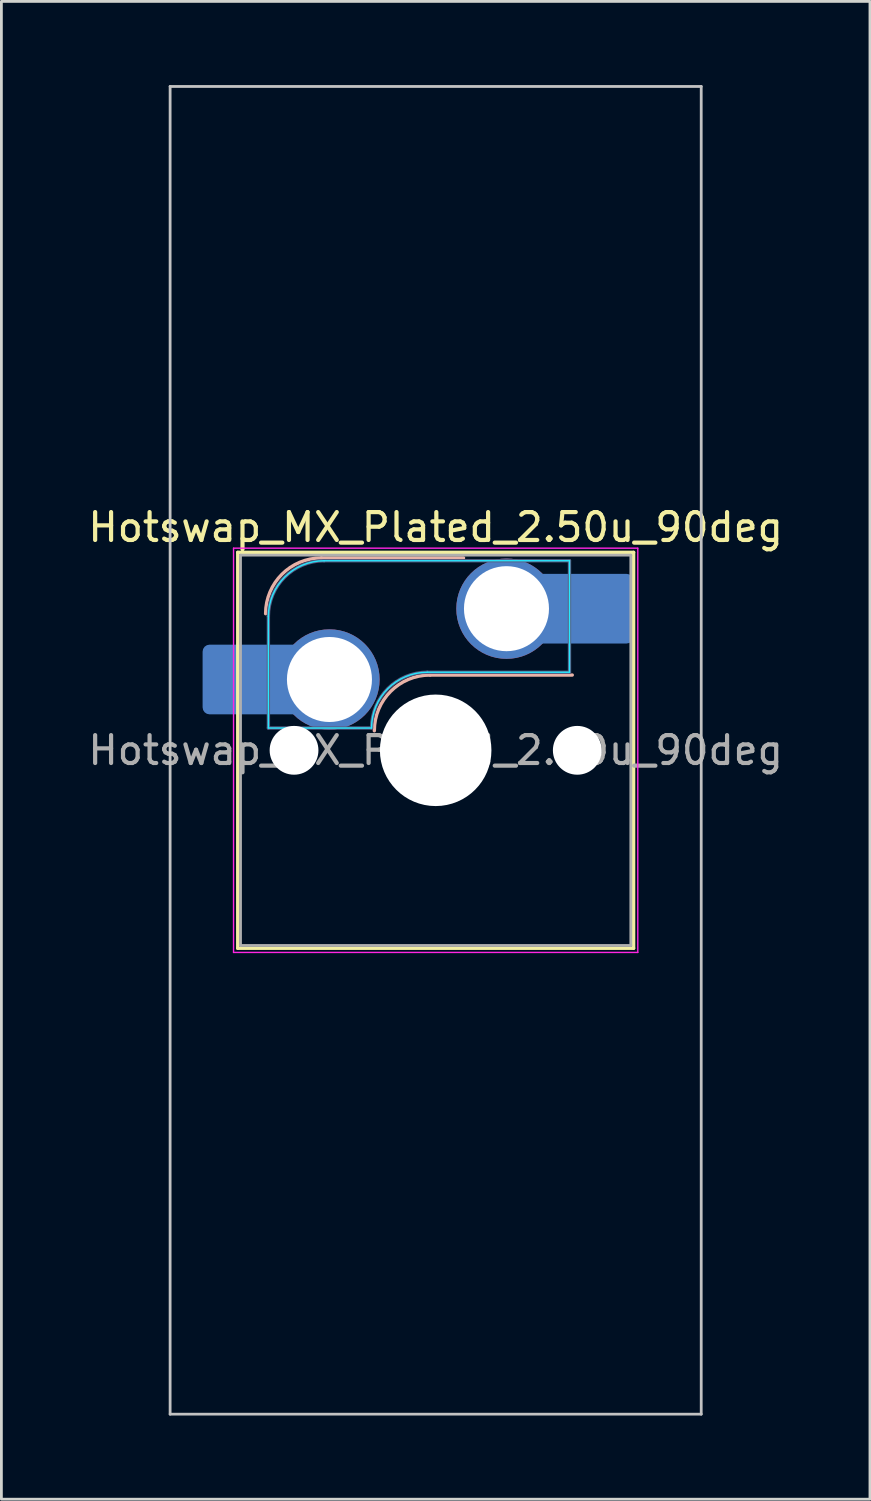
<source format=kicad_pcb>
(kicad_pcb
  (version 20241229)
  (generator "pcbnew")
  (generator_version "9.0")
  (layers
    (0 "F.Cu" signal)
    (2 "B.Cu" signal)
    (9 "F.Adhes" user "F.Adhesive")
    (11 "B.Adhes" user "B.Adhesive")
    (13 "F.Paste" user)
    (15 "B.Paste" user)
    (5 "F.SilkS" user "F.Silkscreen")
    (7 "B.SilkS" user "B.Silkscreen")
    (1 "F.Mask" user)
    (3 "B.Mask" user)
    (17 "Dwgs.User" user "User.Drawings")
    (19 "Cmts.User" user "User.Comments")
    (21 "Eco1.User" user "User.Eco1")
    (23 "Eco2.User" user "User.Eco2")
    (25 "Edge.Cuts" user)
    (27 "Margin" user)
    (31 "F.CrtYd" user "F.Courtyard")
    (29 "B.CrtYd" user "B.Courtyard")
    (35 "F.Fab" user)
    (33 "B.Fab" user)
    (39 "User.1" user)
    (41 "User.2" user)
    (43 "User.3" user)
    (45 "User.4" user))
  (footprint "Hotswap_MX_Plated_2.50u_90deg"
    (layer "F.Cu")
    (at 12.577 23.863)
    (property "Reference" "Hotswap_MX_Plated_2.50u_90deg" (at 0 -8 0) (layer "F.SilkS") (effects (font (size 1 1) (thickness 0.15))))
    (attr smd allow_soldermask_bridges)
    (fp_line (start -7.1 -7.1) (end -7.1 7.1) (stroke (width 0.12) (type solid)) (layer "F.SilkS"))
    (fp_line (start -7.1 7.1) (end 7.1 7.1) (stroke (width 0.12) (type solid)) (layer "F.SilkS"))
    (fp_line (start 7.1 -7.1) (end -7.1 -7.1) (stroke (width 0.12) (type solid)) (layer "F.SilkS"))
    (fp_line (start 7.1 7.1) (end 7.1 -7.1) (stroke (width 0.12) (type solid)) (layer "F.SilkS"))
    (fp_line (start -4.1 -6.9) (end 1 -6.9) (stroke (width 0.12) (type solid)) (layer "B.SilkS"))
    (fp_line (start -0.2 -2.7) (end 4.9 -2.7) (stroke (width 0.12) (type solid)) (layer "B.SilkS"))
    (fp_arc (start -6.1 -4.9) (mid -5.514214 -6.314214) (end -4.1 -6.9) (stroke (width 0.12) (type solid)) (layer "B.SilkS"))
    (fp_arc (start -2.2 -0.7) (mid -1.614214 -2.114214) (end -0.2 -2.7) (stroke (width 0.12) (type solid)) (layer "B.SilkS"))
    (fp_line (start -9.525 -23.812) (end 9.525 -23.812) (stroke (width 0.1) (type solid)) (layer "Dwgs.User"))
    (fp_line (start -9.525 23.812) (end -9.525 -23.812) (stroke (width 0.1) (type solid)) (layer "Dwgs.User"))
    (fp_line (start 9.525 -23.812) (end 9.525 23.812) (stroke (width 0.1) (type solid)) (layer "Dwgs.User"))
    (fp_line (start 9.525 23.812) (end -9.525 23.812) (stroke (width 0.1) (type solid)) (layer "Dwgs.User"))
    (fp_line (start -7.8 -6) (end -7 -6) (stroke (width 0.1) (type solid)) (layer "Eco1.User"))
    (fp_line (start -7.8 -2.9) (end -7.8 -6) (stroke (width 0.1) (type solid)) (layer "Eco1.User"))
    (fp_line (start -7.8 2.9) (end -7 2.9) (stroke (width 0.1) (type solid)) (layer "Eco1.User"))
    (fp_line (start -7.8 6) (end -7.8 2.9) (stroke (width 0.1) (type solid)) (layer "Eco1.User"))
    (fp_line (start -7 -7) (end 7 -7) (stroke (width 0.1) (type solid)) (layer "Eco1.User"))
    (fp_line (start -7 -6) (end -7 -7) (stroke (width 0.1) (type solid)) (layer "Eco1.User"))
    (fp_line (start -7 -2.9) (end -7.8 -2.9) (stroke (width 0.1) (type solid)) (layer "Eco1.User"))
    (fp_line (start -7 2.9) (end -7 -2.9) (stroke (width 0.1) (type solid)) (layer "Eco1.User"))
    (fp_line (start -7 6) (end -7.8 6) (stroke (width 0.1) (type solid)) (layer "Eco1.User"))
    (fp_line (start -7 7) (end -7 6) (stroke (width 0.1) (type solid)) (layer "Eco1.User"))
    (fp_line (start 7 -7) (end 7 -6) (stroke (width 0.1) (type solid)) (layer "Eco1.User"))
    (fp_line (start 7 -6) (end 7.8 -6) (stroke (width 0.1) (type solid)) (layer "Eco1.User"))
    (fp_line (start 7 -2.9) (end 7 2.9) (stroke (width 0.1) (type solid)) (layer "Eco1.User"))
    (fp_line (start 7 2.9) (end 7.8 2.9) (stroke (width 0.1) (type solid)) (layer "Eco1.User"))
    (fp_line (start 7 6) (end 7 7) (stroke (width 0.1) (type solid)) (layer "Eco1.User"))
    (fp_line (start 7 7) (end -7 7) (stroke (width 0.1) (type solid)) (layer "Eco1.User"))
    (fp_line (start 7.8 -6) (end 7.8 -2.9) (stroke (width 0.1) (type solid)) (layer "Eco1.User"))
    (fp_line (start 7.8 -2.9) (end 7 -2.9) (stroke (width 0.1) (type solid)) (layer "Eco1.User"))
    (fp_line (start 7.8 2.9) (end 7.8 6) (stroke (width 0.1) (type solid)) (layer "Eco1.User"))
    (fp_line (start 7.8 6) (end 7 6) (stroke (width 0.1) (type solid)) (layer "Eco1.User"))
    (fp_line (start -6 -0.8) (end -6 -4.8) (stroke (width 0.05) (type solid)) (layer "B.CrtYd"))
    (fp_line (start -6 -0.8) (end -2.3 -0.8) (stroke (width 0.05) (type solid)) (layer "B.CrtYd"))
    (fp_line (start -4 -6.8) (end 4.8 -6.8) (stroke (width 0.05) (type solid)) (layer "B.CrtYd"))
    (fp_line (start -0.3 -2.8) (end 4.8 -2.8) (stroke (width 0.05) (type solid)) (layer "B.CrtYd"))
    (fp_line (start 4.8 -6.8) (end 4.8 -2.8) (stroke (width 0.05) (type solid)) (layer "B.CrtYd"))
    (fp_arc (start -6 -4.8) (mid -5.414214 -6.214214) (end -4 -6.8) (stroke (width 0.05) (type solid)) (layer "B.CrtYd"))
    (fp_arc (start -2.3 -0.8) (mid -1.714214 -2.214214) (end -0.3 -2.8) (stroke (width 0.05) (type solid)) (layer "B.CrtYd"))
    (fp_line (start -7.25 -7.25) (end -7.25 7.25) (stroke (width 0.05) (type solid)) (layer "F.CrtYd"))
    (fp_line (start -7.25 7.25) (end 7.25 7.25) (stroke (width 0.05) (type solid)) (layer "F.CrtYd"))
    (fp_line (start 7.25 -7.25) (end -7.25 -7.25) (stroke (width 0.05) (type solid)) (layer "F.CrtYd"))
    (fp_line (start 7.25 7.25) (end 7.25 -7.25) (stroke (width 0.05) (type solid)) (layer "F.CrtYd"))
    (fp_line (start -6 -0.8) (end -6 -4.8) (stroke (width 0.12) (type solid)) (layer "B.Fab"))
    (fp_line (start -6 -0.8) (end -2.3 -0.8) (stroke (width 0.12) (type solid)) (layer "B.Fab"))
    (fp_line (start -4 -6.8) (end 4.8 -6.8) (stroke (width 0.12) (type solid)) (layer "B.Fab"))
    (fp_line (start -0.3 -2.8) (end 4.8 -2.8) (stroke (width 0.12) (type solid)) (layer "B.Fab"))
    (fp_line (start 4.8 -6.8) (end 4.8 -2.8) (stroke (width 0.12) (type solid)) (layer "B.Fab"))
    (fp_arc (start -6 -4.8) (mid -5.414214 -6.214214) (end -4 -6.8) (stroke (width 0.12) (type solid)) (layer "B.Fab"))
    (fp_arc (start -2.3 -0.8) (mid -1.714214 -2.214214) (end -0.3 -2.8) (stroke (width 0.12) (type solid)) (layer "B.Fab"))
    (fp_line (start -7 -7) (end -7 7) (stroke (width 0.1) (type solid)) (layer "F.Fab"))
    (fp_line (start -7 7) (end 7 7) (stroke (width 0.1) (type solid)) (layer "F.Fab"))
    (fp_line (start 7 -7) (end -7 -7) (stroke (width 0.1) (type solid)) (layer "F.Fab"))
    (fp_line (start 7 7) (end 7 -7) (stroke (width 0.1) (type solid)) (layer "F.Fab"))
    (fp_text user "${REFERENCE}" (at 0 0 0) (layer "F.Fab") (effects (font (size 1 1) (thickness 0.15))))
    (pad "" smd roundrect (at -7.085 -2.54) (size 2.55 2.5) (layers "B.Mask" "B.Paste") (roundrect_rratio 0.1))
    (pad "" np_thru_hole circle (at -5.08 0) (size 1.75 1.75) (drill 1.75) (layers "*.Cu" "*.Mask"))
    (pad "" np_thru_hole circle (at 0 0) (size 4 4) (drill 4) (layers "*.Cu" "*.Mask"))
    (pad "" np_thru_hole circle (at 5.08 0) (size 1.75 1.75) (drill 1.75) (layers "*.Cu" "*.Mask"))
    (pad "" smd roundrect (at 5.842 -5.08) (size 2.55 2.5) (layers "B.Mask" "B.Paste") (roundrect_rratio 0.1))
    (pad "1" smd roundrect (at -6.585 -2.54) (size 3.55 2.5) (layers "B.Cu") (roundrect_rratio 0.1))
    (pad "1" thru_hole circle (at -3.81 -2.54) (size 3.6 3.6) (drill 3.05) (layers "*.Cu" "*.Mask"))
    (pad "2" thru_hole circle (at 2.54 -5.08) (size 3.6 3.6) (drill 3.05) (layers "*.Cu" "*.Mask"))
    (pad "2" smd roundrect (at 5.32 -5.08) (size 3.55 2.5) (layers "B.Cu") (roundrect_rratio 0.1)))
  (gr_rect
    (start -3 -3)
    (end 28.155 50.725)
    (stroke (width 0.1) (type default))
    (fill no)
    (layer "Edge.Cuts")))
</source>
